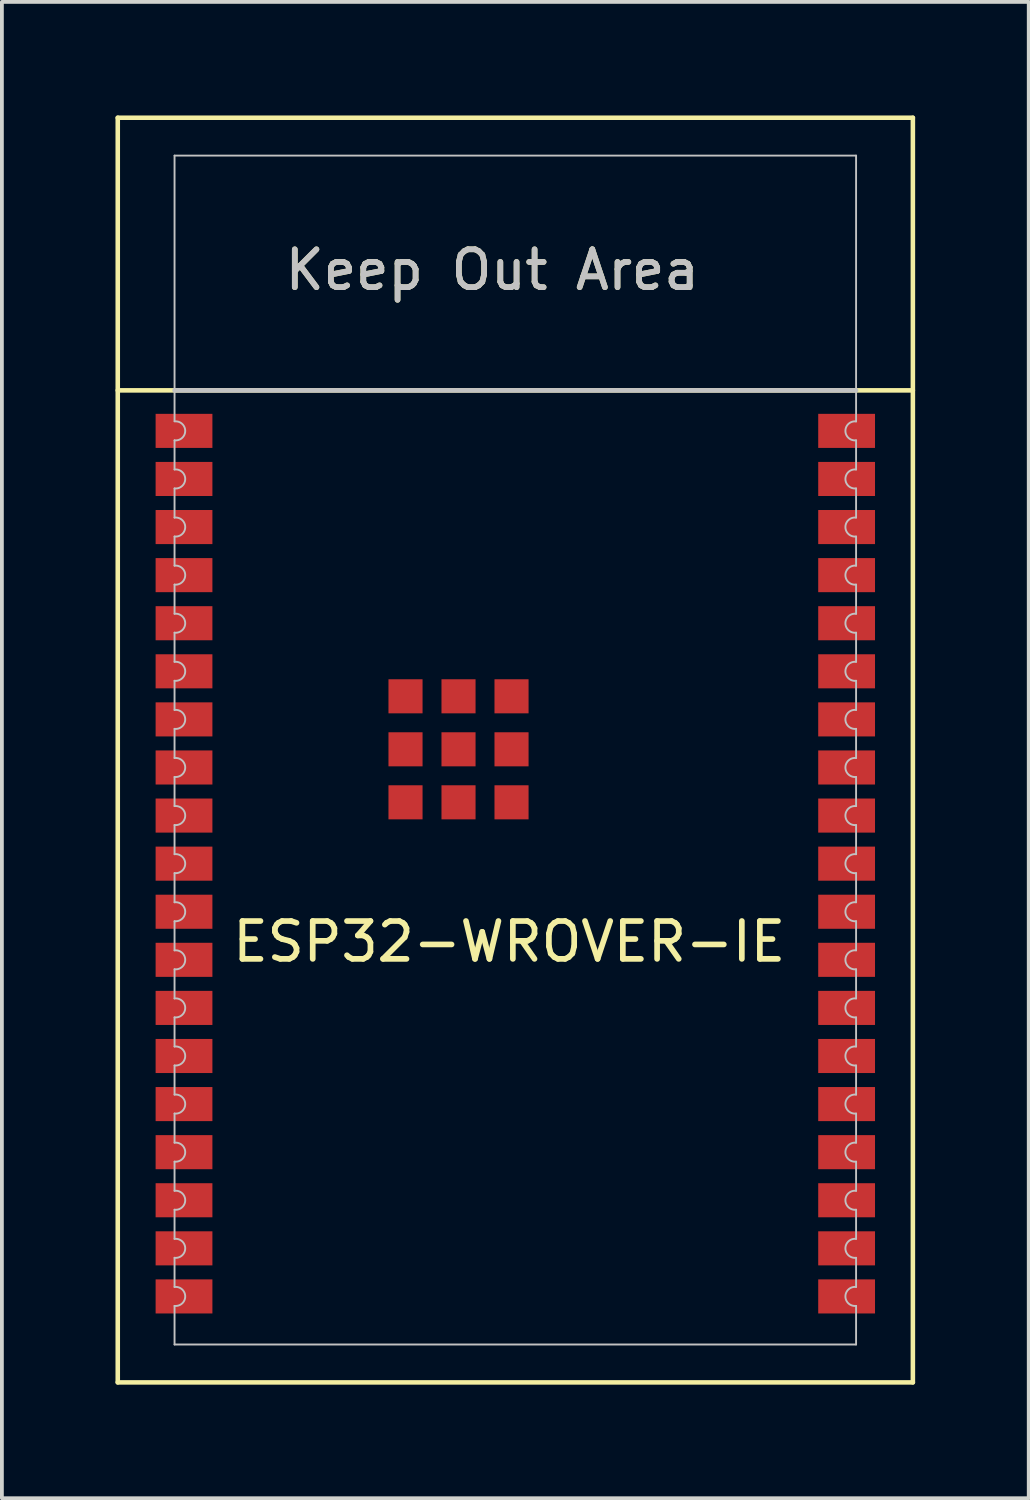
<source format=kicad_pcb>
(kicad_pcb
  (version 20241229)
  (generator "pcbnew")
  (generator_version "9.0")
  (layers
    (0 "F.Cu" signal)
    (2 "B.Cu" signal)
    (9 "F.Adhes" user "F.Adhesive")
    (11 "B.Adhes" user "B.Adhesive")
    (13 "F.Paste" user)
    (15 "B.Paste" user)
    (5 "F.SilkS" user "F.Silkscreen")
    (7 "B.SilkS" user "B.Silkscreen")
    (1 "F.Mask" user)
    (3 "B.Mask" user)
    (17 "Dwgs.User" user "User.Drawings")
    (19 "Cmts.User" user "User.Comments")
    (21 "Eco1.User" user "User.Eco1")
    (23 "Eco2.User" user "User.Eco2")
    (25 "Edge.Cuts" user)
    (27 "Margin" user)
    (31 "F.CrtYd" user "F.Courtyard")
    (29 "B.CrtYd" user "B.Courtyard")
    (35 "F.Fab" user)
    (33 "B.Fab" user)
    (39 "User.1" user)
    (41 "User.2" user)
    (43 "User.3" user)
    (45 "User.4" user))
  (footprint "ESP32-WROVER-IE"
    (layer "F.Cu")
    (at 10.56 19.76)
    (property "Reference" "ESP32-WROVER-IE" (at -0.16 2.06 0) (layer "F.SilkS") (effects (font (size 1 1) (thickness 0.15))))
    (attr through_hole)
    (fp_line (start -10.5 -19.7) (end -10.5 13.7) (stroke (width 0.12) (type solid)) (layer "F.SilkS"))
    (fp_line (start -10.5 13.7) (end 10.5 13.7) (stroke (width 0.12) (type solid)) (layer "F.SilkS"))
    (fp_line (start 10.5 -19.7) (end -10.5 -19.7) (stroke (width 0.12) (type solid)) (layer "F.SilkS"))
    (fp_line (start 10.5 -12.5) (end -10.5 -12.5) (stroke (width 0.12) (type solid)) (layer "F.SilkS"))
    (fp_line (start 10.5 13.7) (end 10.5 -19.7) (stroke (width 0.12) (type solid)) (layer "F.SilkS"))
    (fp_line (start -9 -18.7) (end -9 -11.69) (stroke (width 0.05) (type solid)) (layer "Dwgs.User"))
    (fp_line (start -9 -11.18) (end -9 -10.41) (stroke (width 0.05) (type solid)) (layer "Dwgs.User"))
    (fp_line (start -9 -9.91) (end -9 -9.14) (stroke (width 0.05) (type solid)) (layer "Dwgs.User"))
    (fp_line (start -9 -8.64) (end -9 -7.87) (stroke (width 0.05) (type solid)) (layer "Dwgs.User"))
    (fp_line (start -9 -7.37) (end -9 -6.6) (stroke (width 0.05) (type solid)) (layer "Dwgs.User"))
    (fp_line (start -9 -6.1) (end -9 -5.33) (stroke (width 0.05) (type solid)) (layer "Dwgs.User"))
    (fp_line (start -9 -4.83) (end -9 -4.06) (stroke (width 0.05) (type solid)) (layer "Dwgs.User"))
    (fp_line (start -9 -3.56) (end -9 -2.79) (stroke (width 0.05) (type solid)) (layer "Dwgs.User"))
    (fp_line (start -9 -2.29) (end -9 -1.52) (stroke (width 0.05) (type solid)) (layer "Dwgs.User"))
    (fp_line (start -9 -1.02) (end -9 -0.25) (stroke (width 0.05) (type solid)) (layer "Dwgs.User"))
    (fp_line (start -9 0.25) (end -9 1.02) (stroke (width 0.05) (type solid)) (layer "Dwgs.User"))
    (fp_line (start -9 1.52) (end -9 2.29) (stroke (width 0.05) (type solid)) (layer "Dwgs.User"))
    (fp_line (start -9 2.79) (end -9 3.56) (stroke (width 0.05) (type solid)) (layer "Dwgs.User"))
    (fp_line (start -9 4.06) (end -9 4.83) (stroke (width 0.05) (type solid)) (layer "Dwgs.User"))
    (fp_line (start -9 5.33) (end -9 6.1) (stroke (width 0.05) (type solid)) (layer "Dwgs.User"))
    (fp_line (start -9 6.6) (end -9 7.37) (stroke (width 0.05) (type solid)) (layer "Dwgs.User"))
    (fp_line (start -9 7.87) (end -9 8.64) (stroke (width 0.05) (type solid)) (layer "Dwgs.User"))
    (fp_line (start -9 9.14) (end -9 9.91) (stroke (width 0.05) (type solid)) (layer "Dwgs.User"))
    (fp_line (start -9 10.41) (end -9 11.18) (stroke (width 0.05) (type solid)) (layer "Dwgs.User"))
    (fp_line (start -9 11.68) (end -9 12.7) (stroke (width 0.05) (type solid)) (layer "Dwgs.User"))
    (fp_line (start -9 12.7) (end 9 12.7) (stroke (width 0.05) (type solid)) (layer "Dwgs.User"))
    (fp_line (start 9 -18.7) (end -9 -18.7) (stroke (width 0.05) (type solid)) (layer "Dwgs.User"))
    (fp_line (start 9 -12.5) (end -9 -12.5) (stroke (width 0.12) (type solid)) (layer "Dwgs.User"))
    (fp_line (start 9 -11.68) (end 9 -18.7) (stroke (width 0.05) (type solid)) (layer "Dwgs.User"))
    (fp_line (start 9 -10.41) (end 9 -11.18) (stroke (width 0.05) (type solid)) (layer "Dwgs.User"))
    (fp_line (start 9 -9.14) (end 9 -9.91) (stroke (width 0.05) (type solid)) (layer "Dwgs.User"))
    (fp_line (start 9 -7.87) (end 9 -8.64) (stroke (width 0.05) (type solid)) (layer "Dwgs.User"))
    (fp_line (start 9 -6.6) (end 9 -7.37) (stroke (width 0.05) (type solid)) (layer "Dwgs.User"))
    (fp_line (start 9 -5.33) (end 9 -6.1) (stroke (width 0.05) (type solid)) (layer "Dwgs.User"))
    (fp_line (start 9 -4.06) (end 9 -4.83) (stroke (width 0.05) (type solid)) (layer "Dwgs.User"))
    (fp_line (start 9 -2.79) (end 9 -3.56) (stroke (width 0.05) (type solid)) (layer "Dwgs.User"))
    (fp_line (start 9 -1.52) (end 9 -2.29) (stroke (width 0.05) (type solid)) (layer "Dwgs.User"))
    (fp_line (start 9 -0.25) (end 9 -1.02) (stroke (width 0.05) (type solid)) (layer "Dwgs.User"))
    (fp_line (start 9 1.02) (end 9 0.25) (stroke (width 0.05) (type solid)) (layer "Dwgs.User"))
    (fp_line (start 9 2.29) (end 9 1.52) (stroke (width 0.05) (type solid)) (layer "Dwgs.User"))
    (fp_line (start 9 3.56) (end 9 2.79) (stroke (width 0.05) (type solid)) (layer "Dwgs.User"))
    (fp_line (start 9 4.83) (end 9 4.06) (stroke (width 0.05) (type solid)) (layer "Dwgs.User"))
    (fp_line (start 9 6.1) (end 9 5.33) (stroke (width 0.05) (type solid)) (layer "Dwgs.User"))
    (fp_line (start 9 7.37) (end 9 6.6) (stroke (width 0.05) (type solid)) (layer "Dwgs.User"))
    (fp_line (start 9 8.64) (end 9 7.87) (stroke (width 0.05) (type solid)) (layer "Dwgs.User"))
    (fp_line (start 9 9.91) (end 9 9.14) (stroke (width 0.05) (type solid)) (layer "Dwgs.User"))
    (fp_line (start 9 11.18) (end 9 10.41) (stroke (width 0.05) (type solid)) (layer "Dwgs.User"))
    (fp_line (start 9 12.7) (end 9 11.68) (stroke (width 0.05) (type solid)) (layer "Dwgs.User"))
    (fp_arc (start -9 -11.68) (mid -8.718206 -11.43) (end -9 -11.18) (stroke (width 0.05) (type solid)) (layer "Dwgs.User"))
    (fp_arc (start -9 -10.41) (mid -8.718206 -10.16) (end -9 -9.91) (stroke (width 0.05) (type solid)) (layer "Dwgs.User"))
    (fp_arc (start -9 -9.14) (mid -8.718206 -8.89) (end -9 -8.64) (stroke (width 0.05) (type solid)) (layer "Dwgs.User"))
    (fp_arc (start -9 -7.87) (mid -8.718206 -7.62) (end -9 -7.37) (stroke (width 0.05) (type solid)) (layer "Dwgs.User"))
    (fp_arc (start -9 -6.6) (mid -8.718206 -6.35) (end -9 -6.1) (stroke (width 0.05) (type solid)) (layer "Dwgs.User"))
    (fp_arc (start -9 -5.33) (mid -8.718206 -5.08) (end -9 -4.83) (stroke (width 0.05) (type solid)) (layer "Dwgs.User"))
    (fp_arc (start -9 -4.06) (mid -8.718206 -3.81) (end -9 -3.56) (stroke (width 0.05) (type solid)) (layer "Dwgs.User"))
    (fp_arc (start -9 -2.79) (mid -8.718206 -2.54) (end -9 -2.29) (stroke (width 0.05) (type solid)) (layer "Dwgs.User"))
    (fp_arc (start -9 -1.52) (mid -8.718206 -1.27) (end -9 -1.02) (stroke (width 0.05) (type solid)) (layer "Dwgs.User"))
    (fp_arc (start -9 -0.25) (mid -8.718206 0) (end -9 0.25) (stroke (width 0.05) (type solid)) (layer "Dwgs.User"))
    (fp_arc (start -9 1.02) (mid -8.718206 1.27) (end -9 1.52) (stroke (width 0.05) (type solid)) (layer "Dwgs.User"))
    (fp_arc (start -9 2.29) (mid -8.718206 2.54) (end -9 2.79) (stroke (width 0.05) (type solid)) (layer "Dwgs.User"))
    (fp_arc (start -9 3.56) (mid -8.718206 3.81) (end -9 4.06) (stroke (width 0.05) (type solid)) (layer "Dwgs.User"))
    (fp_arc (start -9 4.83) (mid -8.718206 5.08) (end -9 5.33) (stroke (width 0.05) (type solid)) (layer "Dwgs.User"))
    (fp_arc (start -9 6.1) (mid -8.718206 6.35) (end -9 6.6) (stroke (width 0.05) (type solid)) (layer "Dwgs.User"))
    (fp_arc (start -9 7.37) (mid -8.718206 7.62) (end -9 7.87) (stroke (width 0.05) (type solid)) (layer "Dwgs.User"))
    (fp_arc (start -9 8.64) (mid -8.718206 8.89) (end -9 9.14) (stroke (width 0.05) (type solid)) (layer "Dwgs.User"))
    (fp_arc (start -9 9.91) (mid -8.718206 10.16) (end -9 10.41) (stroke (width 0.05) (type solid)) (layer "Dwgs.User"))
    (fp_arc (start -9 11.18) (mid -8.718206 11.43) (end -9 11.68) (stroke (width 0.05) (type solid)) (layer "Dwgs.User"))
    (fp_arc (start 9 -11.18) (mid 8.718206 -11.43) (end 9 -11.68) (stroke (width 0.05) (type solid)) (layer "Dwgs.User"))
    (fp_arc (start 9 -9.91) (mid 8.718206 -10.16) (end 9 -10.41) (stroke (width 0.05) (type solid)) (layer "Dwgs.User"))
    (fp_arc (start 9 -8.64) (mid 8.718206 -8.89) (end 9 -9.14) (stroke (width 0.05) (type solid)) (layer "Dwgs.User"))
    (fp_arc (start 9 -7.37) (mid 8.718206 -7.62) (end 9 -7.87) (stroke (width 0.05) (type solid)) (layer "Dwgs.User"))
    (fp_arc (start 9 -6.1) (mid 8.718206 -6.35) (end 9 -6.6) (stroke (width 0.05) (type solid)) (layer "Dwgs.User"))
    (fp_arc (start 9 -4.83) (mid 8.718206 -5.08) (end 9 -5.33) (stroke (width 0.05) (type solid)) (layer "Dwgs.User"))
    (fp_arc (start 9 -3.56) (mid 8.718206 -3.81) (end 9 -4.06) (stroke (width 0.05) (type solid)) (layer "Dwgs.User"))
    (fp_arc (start 9 -2.29) (mid 8.718206 -2.54) (end 9 -2.79) (stroke (width 0.05) (type solid)) (layer "Dwgs.User"))
    (fp_arc (start 9 -1.02) (mid 8.718206 -1.27) (end 9 -1.52) (stroke (width 0.05) (type solid)) (layer "Dwgs.User"))
    (fp_arc (start 9 0.25) (mid 8.718206 0) (end 9 -0.25) (stroke (width 0.05) (type solid)) (layer "Dwgs.User"))
    (fp_arc (start 9 1.52) (mid 8.718206 1.27) (end 9 1.02) (stroke (width 0.05) (type solid)) (layer "Dwgs.User"))
    (fp_arc (start 9 2.79) (mid 8.718206 2.54) (end 9 2.29) (stroke (width 0.05) (type solid)) (layer "Dwgs.User"))
    (fp_arc (start 9 4.06) (mid 8.718206 3.81) (end 9 3.56) (stroke (width 0.05) (type solid)) (layer "Dwgs.User"))
    (fp_arc (start 9 5.33) (mid 8.718206 5.08) (end 9 4.83) (stroke (width 0.05) (type solid)) (layer "Dwgs.User"))
    (fp_arc (start 9 6.6) (mid 8.718206 6.35) (end 9 6.1) (stroke (width 0.05) (type solid)) (layer "Dwgs.User"))
    (fp_arc (start 9 7.87) (mid 8.718206 7.62) (end 9 7.37) (stroke (width 0.05) (type solid)) (layer "Dwgs.User"))
    (fp_arc (start 9 9.14) (mid 8.718206 8.89) (end 9 8.64) (stroke (width 0.05) (type solid)) (layer "Dwgs.User"))
    (fp_arc (start 9 10.41) (mid 8.718206 10.16) (end 9 9.91) (stroke (width 0.05) (type solid)) (layer "Dwgs.User"))
    (fp_arc (start 9 11.68) (mid 8.718206 11.43) (end 9 11.18) (stroke (width 0.05) (type solid)) (layer "Dwgs.User"))
    (fp_text user "Keep Out Area" (at -0.61 -15.68 0) (layer "F.SilkS") (effects (font (size 1 1) (thickness 0.15))))
    (fp_text user "Keep Out Area" (at -0.61 -15.68 0) (layer "Dwgs.User") (effects (font (size 1 1) (thickness 0.15))))
    (pad "1" smd rect (at -8.75 -11.43) (size 1.5 0.9) (layers "F.Cu" "F.Mask" "F.Paste"))
    (pad "2" smd rect (at -8.75 -10.16) (size 1.5 0.9) (layers "F.Cu" "F.Mask" "F.Paste"))
    (pad "3" smd rect (at -8.75 -8.89) (size 1.5 0.9) (layers "F.Cu" "F.Mask" "F.Paste"))
    (pad "4" smd rect (at -8.75 -7.62) (size 1.5 0.9) (layers "F.Cu" "F.Mask" "F.Paste"))
    (pad "5" smd rect (at -8.75 -6.35) (size 1.5 0.9) (layers "F.Cu" "F.Mask" "F.Paste"))
    (pad "6" smd rect (at -8.75 -5.08) (size 1.5 0.9) (layers "F.Cu" "F.Mask" "F.Paste"))
    (pad "7" smd rect (at -8.75 -3.81) (size 1.5 0.9) (layers "F.Cu" "F.Mask" "F.Paste"))
    (pad "8" smd rect (at -8.75 -2.54) (size 1.5 0.9) (layers "F.Cu" "F.Mask" "F.Paste"))
    (pad "9" smd rect (at -8.75 -1.27) (size 1.5 0.9) (layers "F.Cu" "F.Mask" "F.Paste"))
    (pad "10" smd rect (at -8.75 0) (size 1.5 0.9) (layers "F.Cu" "F.Mask" "F.Paste"))
    (pad "11" smd rect (at -8.75 1.27) (size 1.5 0.9) (layers "F.Cu" "F.Mask" "F.Paste"))
    (pad "12" smd rect (at -8.75 2.54) (size 1.5 0.9) (layers "F.Cu" "F.Mask" "F.Paste"))
    (pad "13" smd rect (at -8.75 3.81) (size 1.5 0.9) (layers "F.Cu" "F.Mask" "F.Paste"))
    (pad "14" smd rect (at -8.75 5.08) (size 1.5 0.9) (layers "F.Cu" "F.Mask" "F.Paste"))
    (pad "15" smd rect (at -8.75 6.35) (size 1.5 0.9) (layers "F.Cu" "F.Mask" "F.Paste"))
    (pad "16" smd rect (at -8.75 7.62) (size 1.5 0.9) (layers "F.Cu" "F.Mask" "F.Paste"))
    (pad "17" smd rect (at -8.75 8.89) (size 1.5 0.9) (layers "F.Cu" "F.Mask" "F.Paste"))
    (pad "18" smd rect (at -8.75 10.16) (size 1.5 0.9) (layers "F.Cu" "F.Mask" "F.Paste"))
    (pad "19" smd rect (at -8.75 11.43) (size 1.5 0.9) (layers "F.Cu" "F.Mask" "F.Paste"))
    (pad "20" smd rect (at 8.75 11.43) (size 1.5 0.9) (layers "F.Cu" "F.Mask" "F.Paste"))
    (pad "21" smd rect (at 8.75 10.16) (size 1.5 0.9) (layers "F.Cu" "F.Mask" "F.Paste"))
    (pad "22" smd rect (at 8.75 8.89) (size 1.5 0.9) (layers "F.Cu" "F.Mask" "F.Paste"))
    (pad "23" smd rect (at 8.75 7.62) (size 1.5 0.9) (layers "F.Cu" "F.Mask" "F.Paste"))
    (pad "24" smd rect (at 8.75 6.35) (size 1.5 0.9) (layers "F.Cu" "F.Mask" "F.Paste"))
    (pad "25" smd rect (at 8.75 5.08) (size 1.5 0.9) (layers "F.Cu" "F.Mask" "F.Paste"))
    (pad "26" smd rect (at 8.75 3.81) (size 1.5 0.9) (layers "F.Cu" "F.Mask" "F.Paste"))
    (pad "27" smd rect (at 8.75 2.54) (size 1.5 0.9) (layers "F.Cu" "F.Mask" "F.Paste"))
    (pad "28" smd rect (at 8.75 1.27) (size 1.5 0.9) (layers "F.Cu" "F.Mask" "F.Paste"))
    (pad "29" smd rect (at 8.75 0) (size 1.5 0.9) (layers "F.Cu" "F.Mask" "F.Paste"))
    (pad "30" smd rect (at 8.75 -1.27) (size 1.5 0.9) (layers "F.Cu" "F.Mask" "F.Paste"))
    (pad "31" smd rect (at 8.75 -2.54) (size 1.5 0.9) (layers "F.Cu" "F.Mask" "F.Paste"))
    (pad "32" smd rect (at 8.75 -3.81) (size 1.5 0.9) (layers "F.Cu" "F.Mask" "F.Paste"))
    (pad "33" smd rect (at 8.75 -5.08) (size 1.5 0.9) (layers "F.Cu" "F.Mask" "F.Paste"))
    (pad "34" smd rect (at 8.75 -6.35) (size 1.5 0.9) (layers "F.Cu" "F.Mask" "F.Paste"))
    (pad "35" smd rect (at 8.75 -7.62) (size 1.5 0.9) (layers "F.Cu" "F.Mask" "F.Paste"))
    (pad "36" smd rect (at 8.75 -8.89) (size 1.5 0.9) (layers "F.Cu" "F.Mask" "F.Paste"))
    (pad "37" smd rect (at 8.75 -10.16) (size 1.5 0.9) (layers "F.Cu" "F.Mask" "F.Paste"))
    (pad "38" smd rect (at 8.75 -11.43) (size 1.5 0.9) (layers "F.Cu" "F.Mask" "F.Paste"))
    (pad "39" smd rect (at -2.9 -4.42) (size 0.9 0.9) (layers "F.Cu" "F.Mask" "F.Paste"))
    (pad "39" smd rect (at -2.9 -3.02) (size 0.9 0.9) (layers "F.Cu" "F.Mask" "F.Paste"))
    (pad "39" smd rect (at -2.9 -1.62) (size 0.9 0.9) (layers "F.Cu" "F.Mask" "F.Paste"))
    (pad "39" smd rect (at -1.5 -4.42) (size 0.9 0.9) (layers "F.Cu" "F.Mask" "F.Paste"))
    (pad "39" smd rect (at -1.5 -3.02) (size 0.9 0.9) (layers "F.Cu" "F.Mask" "F.Paste"))
    (pad "39" smd rect (at -1.5 -1.62) (size 0.9 0.9) (layers "F.Cu" "F.Mask" "F.Paste"))
    (pad "39" smd rect (at -0.1 -4.42) (size 0.9 0.9) (layers "F.Cu" "F.Mask" "F.Paste"))
    (pad "39" smd rect (at -0.1 -3.02) (size 0.9 0.9) (layers "F.Cu" "F.Mask" "F.Paste"))
    (pad "39" smd rect (at -0.1 -1.62) (size 0.9 0.9) (layers "F.Cu" "F.Mask" "F.Paste")))
  (gr_rect
    (start -3 -3)
    (end 24.12 36.52)
    (stroke (width 0.1) (type default))
    (fill no)
    (layer "Edge.Cuts")))
</source>
